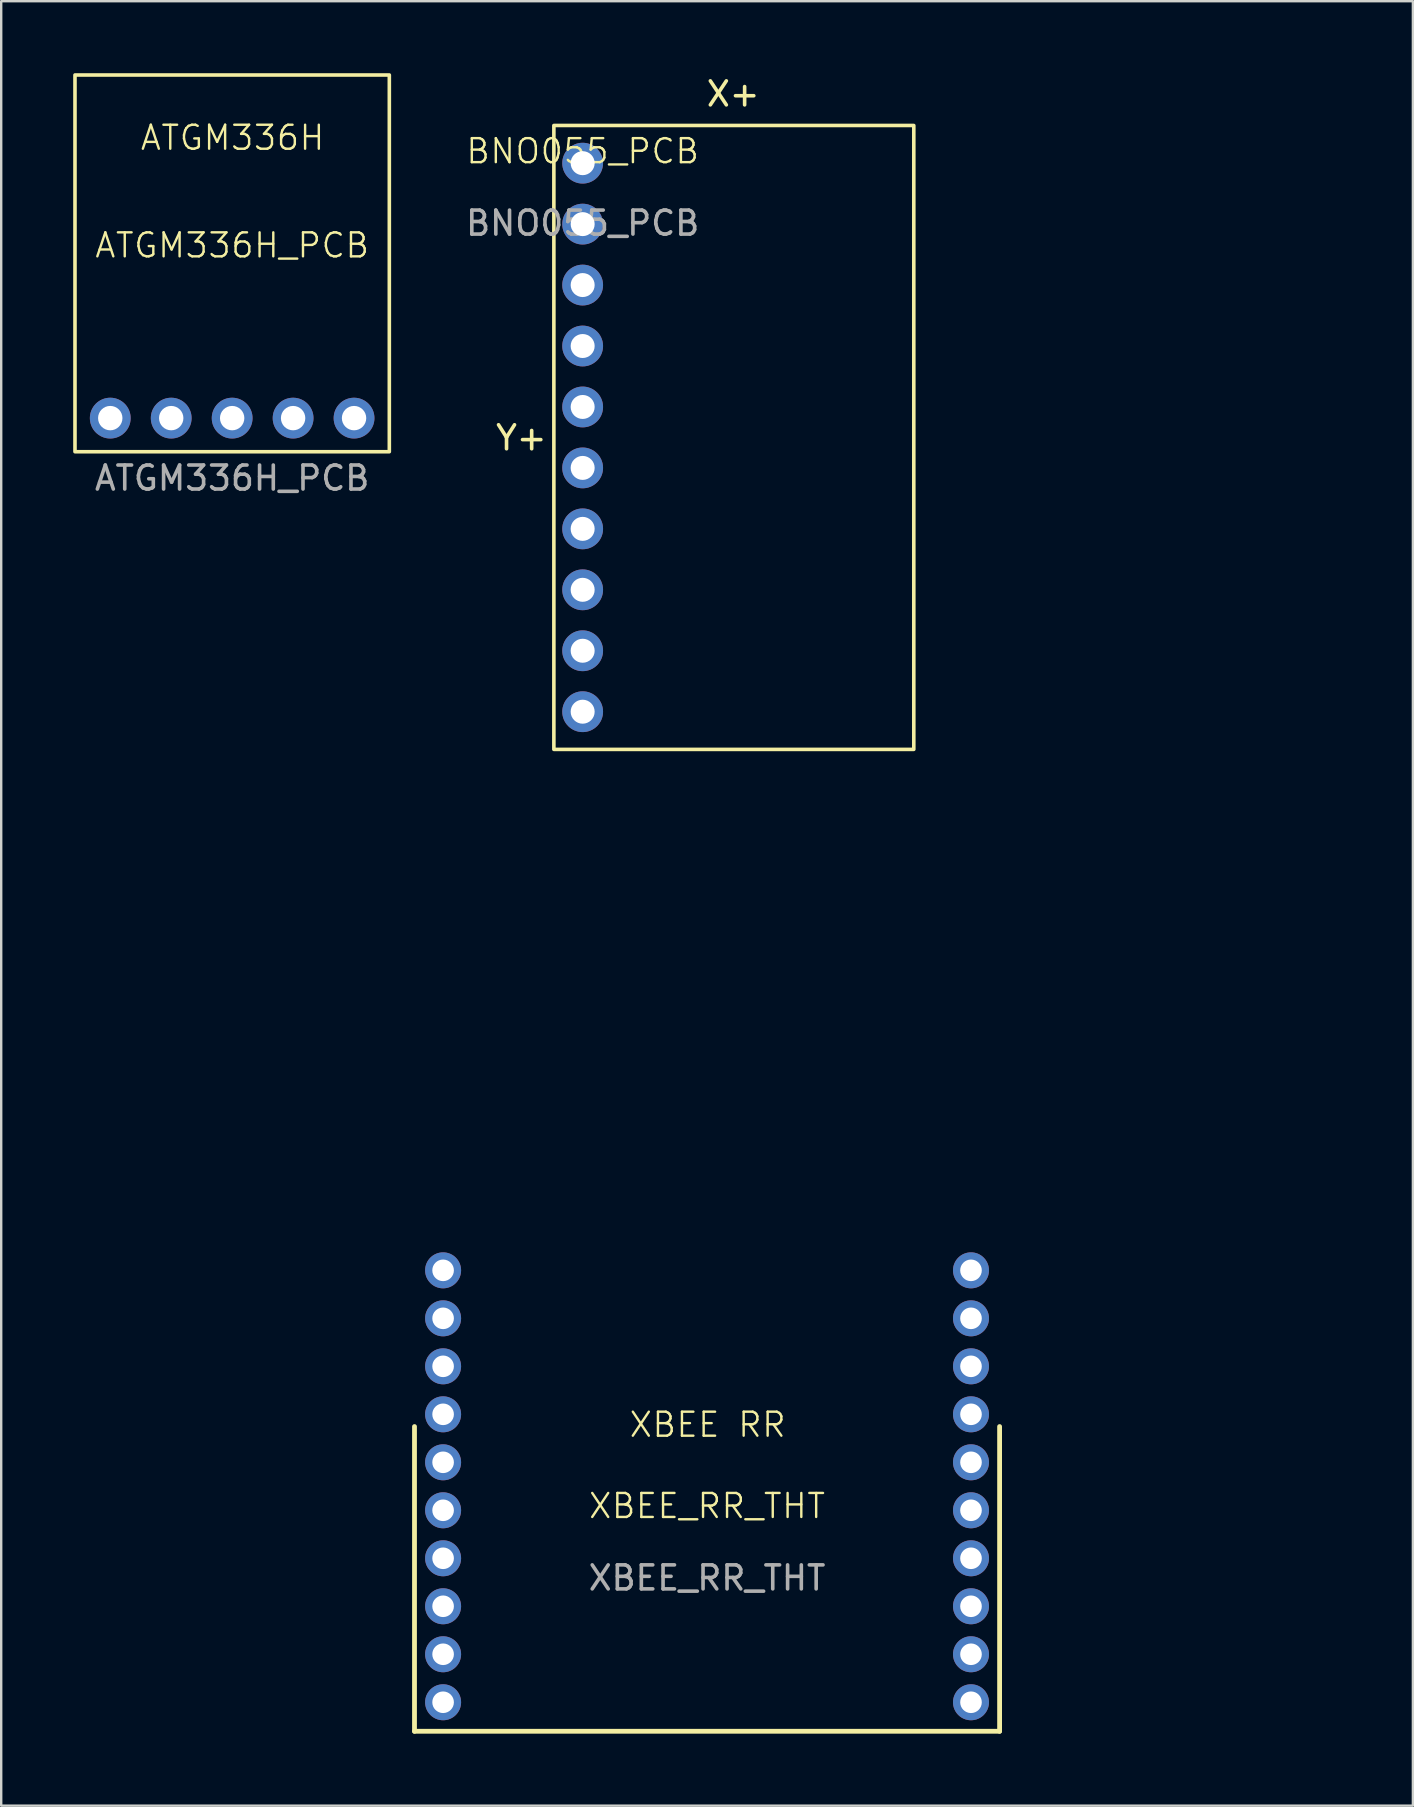
<source format=kicad_pcb>
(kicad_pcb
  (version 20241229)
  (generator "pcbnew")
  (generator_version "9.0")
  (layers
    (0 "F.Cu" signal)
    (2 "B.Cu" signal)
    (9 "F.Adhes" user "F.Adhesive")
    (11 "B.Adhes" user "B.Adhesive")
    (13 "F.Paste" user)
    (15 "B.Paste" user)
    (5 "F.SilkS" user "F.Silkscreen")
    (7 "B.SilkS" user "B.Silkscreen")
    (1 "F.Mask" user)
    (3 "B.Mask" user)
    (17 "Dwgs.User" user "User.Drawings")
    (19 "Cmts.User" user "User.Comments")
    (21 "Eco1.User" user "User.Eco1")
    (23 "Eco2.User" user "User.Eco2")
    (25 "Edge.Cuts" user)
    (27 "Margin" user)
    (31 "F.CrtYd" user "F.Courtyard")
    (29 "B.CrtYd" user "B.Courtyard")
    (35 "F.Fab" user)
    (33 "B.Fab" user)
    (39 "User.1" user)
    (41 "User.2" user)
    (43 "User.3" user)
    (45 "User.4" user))
  (footprint "XBEE_RR_THT"
    (layer "F.Cu")
    (at 26.416 60.211)
    (property "Reference" "XBEE_RR_THT" (at 0 -0.5 0) (unlocked yes) (layer "F.SilkS") (effects (font (size 1 1) (thickness 0.1))))
    (attr through_hole)
    (fp_line (start -12.192 8.89) (end -12.192 -3.81) (stroke (width 0.2) (type default)) (layer "F.SilkS"))
    (fp_line (start -12.192 8.89) (end 12.192 8.89) (stroke (width 0.2) (type default)) (layer "F.SilkS"))
    (fp_line (start 12.192 8.89) (end 12.192 -3.81) (stroke (width 0.2) (type default)) (layer "F.SilkS"))
    (fp_text user "XBEE RR" (at -3.302 -3.302 0) (unlocked yes) (layer "F.SilkS") (effects (font (size 1 1) (thickness 0.1)) (justify left bottom)))
    (fp_text user "${REFERENCE}" (at 0 2.5 0) (unlocked yes) (layer "F.Fab") (effects (font (size 1 1) (thickness 0.15))))
    (pad "1" thru_hole oval (at -11 -10.32) (size 1.5 1.5) (drill 0.9) (layers "*.Cu" "*.Mask"))
    (pad "2" thru_hole oval (at -11 -8.32) (size 1.5 1.5) (drill 0.9) (layers "*.Cu" "*.Mask"))
    (pad "3" thru_hole oval (at -11 -6.32) (size 1.5 1.5) (drill 0.9) (layers "*.Cu" "*.Mask"))
    (pad "4" thru_hole oval (at -11 -4.32) (size 1.5 1.5) (drill 0.9) (layers "*.Cu" "*.Mask"))
    (pad "5" thru_hole oval (at -11 -2.32) (size 1.5 1.5) (drill 0.9) (layers "*.Cu" "*.Mask"))
    (pad "6" thru_hole oval (at -11 -0.32) (size 1.5 1.5) (drill 0.9) (layers "*.Cu" "*.Mask"))
    (pad "7" thru_hole oval (at -11 1.68) (size 1.5 1.5) (drill 0.9) (layers "*.Cu" "*.Mask"))
    (pad "8" thru_hole oval (at -11 3.68) (size 1.5 1.5) (drill 0.9) (layers "*.Cu" "*.Mask"))
    (pad "9" thru_hole oval (at -11 5.68) (size 1.5 1.5) (drill 0.9) (layers "*.Cu" "*.Mask"))
    (pad "10" thru_hole oval (at -11 7.68) (size 1.5 1.5) (drill 0.9) (layers "*.Cu" "*.Mask"))
    (pad "11" thru_hole oval (at 11 7.68) (size 1.5 1.5) (drill 0.9) (layers "*.Cu" "*.Mask"))
    (pad "12" thru_hole oval (at 11 5.68) (size 1.5 1.5) (drill 0.9) (layers "*.Cu" "*.Mask"))
    (pad "13" thru_hole oval (at 11 3.68) (size 1.5 1.5) (drill 0.9) (layers "*.Cu" "*.Mask"))
    (pad "14" thru_hole oval (at 11 1.68) (size 1.5 1.5) (drill 0.9) (layers "*.Cu" "*.Mask"))
    (pad "15" thru_hole oval (at 11 -0.32) (size 1.5 1.5) (drill 0.9) (layers "*.Cu" "*.Mask"))
    (pad "16" thru_hole oval (at 11 -2.32) (size 1.5 1.5) (drill 0.9) (layers "*.Cu" "*.Mask"))
    (pad "17" thru_hole oval (at 11 -4.32) (size 1.5 1.5) (drill 0.9) (layers "*.Cu" "*.Mask"))
    (pad "18" thru_hole oval (at 11 -6.32) (size 1.5 1.5) (drill 0.9) (layers "*.Cu" "*.Mask"))
    (pad "19" thru_hole oval (at 11 -8.32) (size 1.5 1.5) (drill 0.9) (layers "*.Cu" "*.Mask"))
    (pad "20" thru_hole oval (at 11 -10.32) (size 1.5 1.5) (drill 0.9) (layers "*.Cu" "*.Mask"))
    (zone (net_name "") (layers "F.Cu" "B.Cu") (name "KEEP-OUT ZONE") (hatch edge 0.5) (connect_pads) (min_thickness 0.25) (filled_areas_thickness no) (keepout (tracks not_allowed) (vias not_allowed) (pads not_allowed) (copperpour not_allowed) (footprints not_allowed)) (placement (enabled no)) (fill) (polygon (pts (xy 52.832 48.273) (xy 0 48.273) (xy 0 31.255) (xy 52.832 31.255)))))
  (footprint "ATGM336H_PCB"
    (layer "F.Cu")
    (at 1.545 14.375)
    (property "Reference" "ATGM336H_PCB" (at 5.08 -7.2 0) (unlocked yes) (layer "F.SilkS") (effects (font (size 1 1) (thickness 0.1))))
    (attr through_hole)
    (fp_rect (start -1.47 -14.3) (end 11.63 1.4) (stroke (width 0.15) (type default)) (fill no) (layer "F.SilkS"))
    (fp_text user "ATGM336H" (at 1.197 -11.1 0) (unlocked yes) (layer "F.SilkS") (effects (font (size 1 1) (thickness 0.1)) (justify left bottom)))
    (fp_text user "${REFERENCE}" (at 5.08 2.5 0) (unlocked yes) (layer "F.Fab") (effects (font (size 1 1) (thickness 0.15))))
    (pad "1" thru_hole circle (at 0 0) (size 1.7 1.7) (drill 1.016) (layers "*.Cu" "*.Mask"))
    (pad "2" thru_hole circle (at 2.54 0) (size 1.7 1.7) (drill 1.016) (layers "*.Cu" "*.Mask"))
    (pad "3" thru_hole circle (at 5.08 0) (size 1.7 1.7) (drill 1.016) (layers "*.Cu" "*.Mask"))
    (pad "4" thru_hole circle (at 7.62 0) (size 1.7 1.7) (drill 1.016) (layers "*.Cu" "*.Mask"))
    (pad "5" thru_hole circle (at 10.16 0) (size 1.7 1.7) (drill 1.016) (layers "*.Cu" "*.Mask")))
  (footprint "BNO055_PCB"
    (layer "F.Cu")
    (at 21.232 3.75)
    (property "Reference" "BNO055_PCB" (at 0 -0.5 0) (unlocked yes) (layer "F.SilkS") (effects (font (size 1 1) (thickness 0.1))))
    (attr through_hole)
    (fp_rect (start -1.2 -1.57) (end 13.8 24.43) (stroke (width 0.15) (type default)) (fill no) (layer "F.SilkS"))
    (fp_text user "Y+" (at -3.7 12.032 0) (unlocked yes) (layer "F.SilkS") (effects (font (size 1 1) (thickness 0.15)) (justify left bottom)))
    (fp_text user "X+" (at 5.08 -2.3 0) (unlocked yes) (layer "F.SilkS") (effects (font (size 1 1) (thickness 0.15)) (justify left bottom)))
    (fp_text user "${REFERENCE}" (at 0 2.5 0) (unlocked yes) (layer "F.Fab") (effects (font (size 1 1) (thickness 0.15))))
    (pad "1" thru_hole oval (at 0 0) (size 1.7 1.7) (drill 1) (layers "*.Cu" "*.Mask"))
    (pad "2" thru_hole oval (at 0 2.54) (size 1.7 1.7) (drill 1) (layers "*.Cu" "*.Mask"))
    (pad "3" thru_hole oval (at 0 5.08) (size 1.7 1.7) (drill 1) (layers "*.Cu" "*.Mask"))
    (pad "4" thru_hole oval (at 0 7.62) (size 1.7 1.7) (drill 1) (layers "*.Cu" "*.Mask"))
    (pad "5" thru_hole oval (at 0 10.16) (size 1.7 1.7) (drill 1) (layers "*.Cu" "*.Mask"))
    (pad "6" thru_hole oval (at 0 12.7) (size 1.7 1.7) (drill 1) (layers "*.Cu" "*.Mask"))
    (pad "7" thru_hole oval (at 0 15.24) (size 1.7 1.7) (drill 1) (layers "*.Cu" "*.Mask"))
    (pad "8" thru_hole oval (at 0 17.78) (size 1.7 1.7) (drill 1) (layers "*.Cu" "*.Mask"))
    (pad "9" thru_hole oval (at 0 20.32) (size 1.7 1.7) (drill 1) (layers "*.Cu" "*.Mask"))
    (pad "10" thru_hole oval (at 0 22.86) (size 1.7 1.7) (drill 1) (layers "*.Cu" "*.Mask")))
  (gr_rect
    (start -3 -3)
    (end 55.832 72.201)
    (stroke (width 0.1) (type default))
    (fill no)
    (layer "Edge.Cuts")))
</source>
